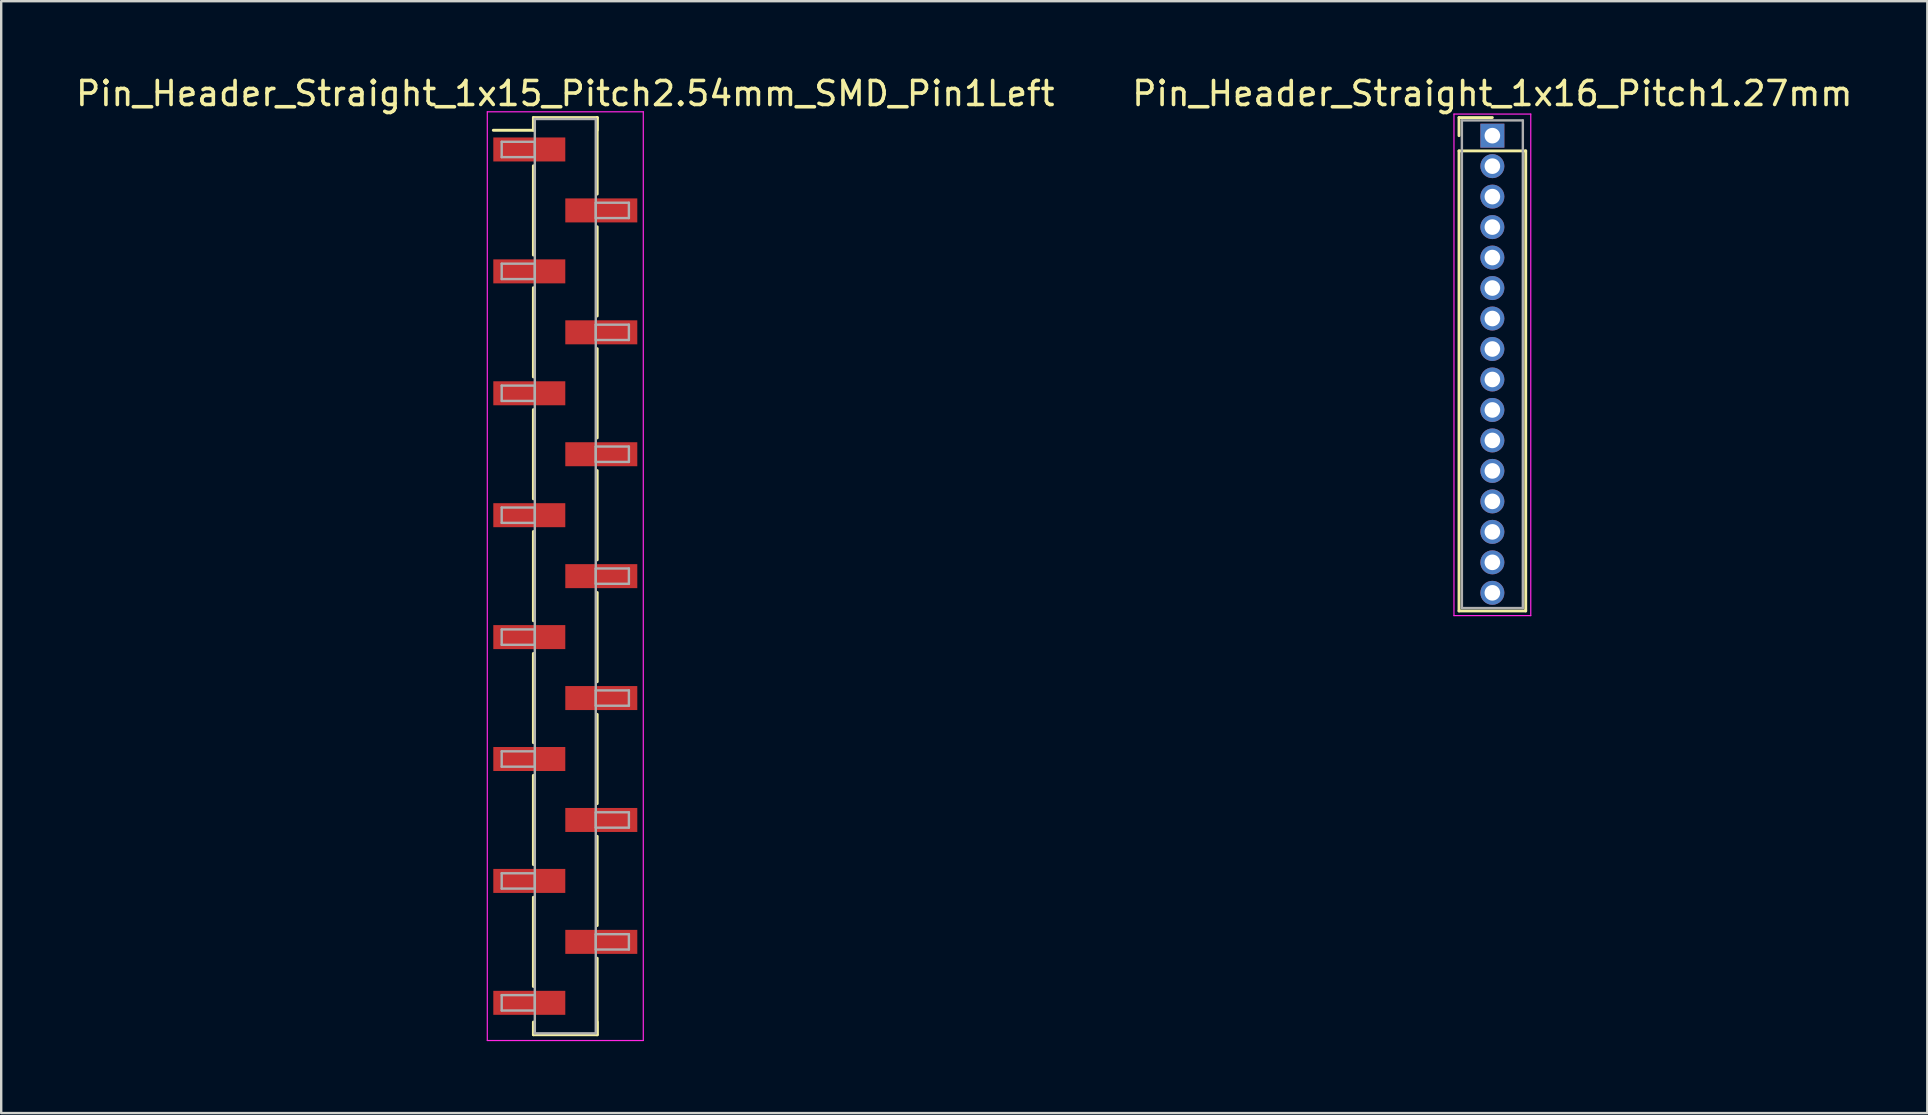
<source format=kicad_pcb>
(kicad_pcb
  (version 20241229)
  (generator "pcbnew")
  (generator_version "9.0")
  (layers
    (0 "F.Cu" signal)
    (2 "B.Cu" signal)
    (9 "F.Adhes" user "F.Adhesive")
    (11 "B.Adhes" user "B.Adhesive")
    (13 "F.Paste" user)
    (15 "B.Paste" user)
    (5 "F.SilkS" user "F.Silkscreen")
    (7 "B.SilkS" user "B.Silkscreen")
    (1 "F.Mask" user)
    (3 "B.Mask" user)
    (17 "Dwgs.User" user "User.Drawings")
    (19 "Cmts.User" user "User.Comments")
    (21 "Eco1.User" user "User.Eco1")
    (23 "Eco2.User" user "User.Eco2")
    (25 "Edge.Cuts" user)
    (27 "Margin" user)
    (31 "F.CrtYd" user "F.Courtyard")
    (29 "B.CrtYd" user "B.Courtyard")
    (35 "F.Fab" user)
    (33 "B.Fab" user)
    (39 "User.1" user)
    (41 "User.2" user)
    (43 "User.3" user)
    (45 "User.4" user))
  (footprint "Pin_Header_Straight_1x15_Pitch2.54mm_SMD_Pin1Left"
    (layer "F.Cu")
    (at 20.506 20.958)
    (property "Reference" "Pin_Header_Straight_1x15_Pitch2.54mm_SMD_Pin1Left" (at 0 -20.11 0) (layer "F.SilkS") (effects (font (size 1 1) (thickness 0.15))))
    (attr smd)
    (fp_line (start -1.33 -19.11) (end 1.33 -19.11) (stroke (width 0.12) (type solid)) (layer "F.SilkS"))
    (fp_line (start -1.33 -18.58) (end -3 -18.58) (stroke (width 0.12) (type solid)) (layer "F.SilkS"))
    (fp_line (start -1.33 -18.58) (end -1.33 -19.11) (stroke (width 0.12) (type solid)) (layer "F.SilkS"))
    (fp_line (start -1.33 -17.1) (end -1.33 -13.38) (stroke (width 0.12) (type solid)) (layer "F.SilkS"))
    (fp_line (start -1.33 -12.02) (end -1.33 -8.3) (stroke (width 0.12) (type solid)) (layer "F.SilkS"))
    (fp_line (start -1.33 -6.94) (end -1.33 -3.22) (stroke (width 0.12) (type solid)) (layer "F.SilkS"))
    (fp_line (start -1.33 -1.86) (end -1.33 1.86) (stroke (width 0.12) (type solid)) (layer "F.SilkS"))
    (fp_line (start -1.33 3.22) (end -1.33 6.94) (stroke (width 0.12) (type solid)) (layer "F.SilkS"))
    (fp_line (start -1.33 8.3) (end -1.33 12.02) (stroke (width 0.12) (type solid)) (layer "F.SilkS"))
    (fp_line (start -1.33 13.38) (end -1.33 17.1) (stroke (width 0.12) (type solid)) (layer "F.SilkS"))
    (fp_line (start -1.33 18.58) (end -1.33 19.11) (stroke (width 0.12) (type solid)) (layer "F.SilkS"))
    (fp_line (start -1.33 19.11) (end 1.33 19.11) (stroke (width 0.12) (type solid)) (layer "F.SilkS"))
    (fp_line (start 1.33 -19.11) (end 1.33 -18.58) (stroke (width 0.12) (type solid)) (layer "F.SilkS"))
    (fp_line (start 1.33 -19.11) (end 1.33 -15.92) (stroke (width 0.12) (type solid)) (layer "F.SilkS"))
    (fp_line (start 1.33 -14.56) (end 1.33 -10.84) (stroke (width 0.12) (type solid)) (layer "F.SilkS"))
    (fp_line (start 1.33 -9.48) (end 1.33 -5.76) (stroke (width 0.12) (type solid)) (layer "F.SilkS"))
    (fp_line (start 1.33 -4.4) (end 1.33 -0.68) (stroke (width 0.12) (type solid)) (layer "F.SilkS"))
    (fp_line (start 1.33 0.68) (end 1.33 4.4) (stroke (width 0.12) (type solid)) (layer "F.SilkS"))
    (fp_line (start 1.33 5.76) (end 1.33 9.48) (stroke (width 0.12) (type solid)) (layer "F.SilkS"))
    (fp_line (start 1.33 10.84) (end 1.33 14.56) (stroke (width 0.12) (type solid)) (layer "F.SilkS"))
    (fp_line (start 1.33 15.92) (end 1.33 19.11) (stroke (width 0.12) (type solid)) (layer "F.SilkS"))
    (fp_line (start 1.33 19.11) (end 1.33 18.58) (stroke (width 0.12) (type solid)) (layer "F.SilkS"))
    (fp_line (start -3.25 -19.35) (end -3.25 19.35) (stroke (width 0.05) (type solid)) (layer "F.CrtYd"))
    (fp_line (start -3.25 19.35) (end 3.25 19.35) (stroke (width 0.05) (type solid)) (layer "F.CrtYd"))
    (fp_line (start 3.25 -19.35) (end -3.25 -19.35) (stroke (width 0.05) (type solid)) (layer "F.CrtYd"))
    (fp_line (start 3.25 19.35) (end 3.25 -19.35) (stroke (width 0.05) (type solid)) (layer "F.CrtYd"))
    (fp_line (start -2.65 -18.1) (end -1.27 -18.1) (stroke (width 0.1) (type solid)) (layer "F.Fab"))
    (fp_line (start -2.65 -17.46) (end -2.65 -18.1) (stroke (width 0.1) (type solid)) (layer "F.Fab"))
    (fp_line (start -2.65 -13.02) (end -1.27 -13.02) (stroke (width 0.1) (type solid)) (layer "F.Fab"))
    (fp_line (start -2.65 -12.38) (end -2.65 -13.02) (stroke (width 0.1) (type solid)) (layer "F.Fab"))
    (fp_line (start -2.65 -7.94) (end -1.27 -7.94) (stroke (width 0.1) (type solid)) (layer "F.Fab"))
    (fp_line (start -2.65 -7.3) (end -2.65 -7.94) (stroke (width 0.1) (type solid)) (layer "F.Fab"))
    (fp_line (start -2.65 -2.86) (end -1.27 -2.86) (stroke (width 0.1) (type solid)) (layer "F.Fab"))
    (fp_line (start -2.65 -2.22) (end -2.65 -2.86) (stroke (width 0.1) (type solid)) (layer "F.Fab"))
    (fp_line (start -2.65 2.22) (end -1.27 2.22) (stroke (width 0.1) (type solid)) (layer "F.Fab"))
    (fp_line (start -2.65 2.86) (end -2.65 2.22) (stroke (width 0.1) (type solid)) (layer "F.Fab"))
    (fp_line (start -2.65 7.3) (end -1.27 7.3) (stroke (width 0.1) (type solid)) (layer "F.Fab"))
    (fp_line (start -2.65 7.94) (end -2.65 7.3) (stroke (width 0.1) (type solid)) (layer "F.Fab"))
    (fp_line (start -2.65 12.38) (end -1.27 12.38) (stroke (width 0.1) (type solid)) (layer "F.Fab"))
    (fp_line (start -2.65 13.02) (end -2.65 12.38) (stroke (width 0.1) (type solid)) (layer "F.Fab"))
    (fp_line (start -2.65 17.46) (end -1.27 17.46) (stroke (width 0.1) (type solid)) (layer "F.Fab"))
    (fp_line (start -2.65 18.1) (end -2.65 17.46) (stroke (width 0.1) (type solid)) (layer "F.Fab"))
    (fp_line (start -1.27 -19.05) (end -1.27 19.05) (stroke (width 0.1) (type solid)) (layer "F.Fab"))
    (fp_line (start -1.27 -18.1) (end -1.27 -17.46) (stroke (width 0.1) (type solid)) (layer "F.Fab"))
    (fp_line (start -1.27 -17.46) (end -2.65 -17.46) (stroke (width 0.1) (type solid)) (layer "F.Fab"))
    (fp_line (start -1.27 -13.02) (end -1.27 -12.38) (stroke (width 0.1) (type solid)) (layer "F.Fab"))
    (fp_line (start -1.27 -12.38) (end -2.65 -12.38) (stroke (width 0.1) (type solid)) (layer "F.Fab"))
    (fp_line (start -1.27 -7.94) (end -1.27 -7.3) (stroke (width 0.1) (type solid)) (layer "F.Fab"))
    (fp_line (start -1.27 -7.3) (end -2.65 -7.3) (stroke (width 0.1) (type solid)) (layer "F.Fab"))
    (fp_line (start -1.27 -2.86) (end -1.27 -2.22) (stroke (width 0.1) (type solid)) (layer "F.Fab"))
    (fp_line (start -1.27 -2.22) (end -2.65 -2.22) (stroke (width 0.1) (type solid)) (layer "F.Fab"))
    (fp_line (start -1.27 2.22) (end -1.27 2.86) (stroke (width 0.1) (type solid)) (layer "F.Fab"))
    (fp_line (start -1.27 2.86) (end -2.65 2.86) (stroke (width 0.1) (type solid)) (layer "F.Fab"))
    (fp_line (start -1.27 7.3) (end -1.27 7.94) (stroke (width 0.1) (type solid)) (layer "F.Fab"))
    (fp_line (start -1.27 7.94) (end -2.65 7.94) (stroke (width 0.1) (type solid)) (layer "F.Fab"))
    (fp_line (start -1.27 12.38) (end -1.27 13.02) (stroke (width 0.1) (type solid)) (layer "F.Fab"))
    (fp_line (start -1.27 13.02) (end -2.65 13.02) (stroke (width 0.1) (type solid)) (layer "F.Fab"))
    (fp_line (start -1.27 17.46) (end -1.27 18.1) (stroke (width 0.1) (type solid)) (layer "F.Fab"))
    (fp_line (start -1.27 18.1) (end -2.65 18.1) (stroke (width 0.1) (type solid)) (layer "F.Fab"))
    (fp_line (start -1.27 19.05) (end 1.27 19.05) (stroke (width 0.1) (type solid)) (layer "F.Fab"))
    (fp_line (start 1.27 -19.05) (end -1.27 -19.05) (stroke (width 0.1) (type solid)) (layer "F.Fab"))
    (fp_line (start 1.27 -15.56) (end 1.27 -14.92) (stroke (width 0.1) (type solid)) (layer "F.Fab"))
    (fp_line (start 1.27 -14.92) (end 2.65 -14.92) (stroke (width 0.1) (type solid)) (layer "F.Fab"))
    (fp_line (start 1.27 -10.48) (end 1.27 -9.84) (stroke (width 0.1) (type solid)) (layer "F.Fab"))
    (fp_line (start 1.27 -9.84) (end 2.65 -9.84) (stroke (width 0.1) (type solid)) (layer "F.Fab"))
    (fp_line (start 1.27 -5.4) (end 1.27 -4.76) (stroke (width 0.1) (type solid)) (layer "F.Fab"))
    (fp_line (start 1.27 -4.76) (end 2.65 -4.76) (stroke (width 0.1) (type solid)) (layer "F.Fab"))
    (fp_line (start 1.27 -0.32) (end 1.27 0.32) (stroke (width 0.1) (type solid)) (layer "F.Fab"))
    (fp_line (start 1.27 0.32) (end 2.65 0.32) (stroke (width 0.1) (type solid)) (layer "F.Fab"))
    (fp_line (start 1.27 4.76) (end 1.27 5.4) (stroke (width 0.1) (type solid)) (layer "F.Fab"))
    (fp_line (start 1.27 5.4) (end 2.65 5.4) (stroke (width 0.1) (type solid)) (layer "F.Fab"))
    (fp_line (start 1.27 9.84) (end 1.27 10.48) (stroke (width 0.1) (type solid)) (layer "F.Fab"))
    (fp_line (start 1.27 10.48) (end 2.65 10.48) (stroke (width 0.1) (type solid)) (layer "F.Fab"))
    (fp_line (start 1.27 14.92) (end 1.27 15.56) (stroke (width 0.1) (type solid)) (layer "F.Fab"))
    (fp_line (start 1.27 15.56) (end 2.65 15.56) (stroke (width 0.1) (type solid)) (layer "F.Fab"))
    (fp_line (start 1.27 19.05) (end 1.27 -19.05) (stroke (width 0.1) (type solid)) (layer "F.Fab"))
    (fp_line (start 2.65 -15.56) (end 1.27 -15.56) (stroke (width 0.1) (type solid)) (layer "F.Fab"))
    (fp_line (start 2.65 -14.92) (end 2.65 -15.56) (stroke (width 0.1) (type solid)) (layer "F.Fab"))
    (fp_line (start 2.65 -10.48) (end 1.27 -10.48) (stroke (width 0.1) (type solid)) (layer "F.Fab"))
    (fp_line (start 2.65 -9.84) (end 2.65 -10.48) (stroke (width 0.1) (type solid)) (layer "F.Fab"))
    (fp_line (start 2.65 -5.4) (end 1.27 -5.4) (stroke (width 0.1) (type solid)) (layer "F.Fab"))
    (fp_line (start 2.65 -4.76) (end 2.65 -5.4) (stroke (width 0.1) (type solid)) (layer "F.Fab"))
    (fp_line (start 2.65 -0.32) (end 1.27 -0.32) (stroke (width 0.1) (type solid)) (layer "F.Fab"))
    (fp_line (start 2.65 0.32) (end 2.65 -0.32) (stroke (width 0.1) (type solid)) (layer "F.Fab"))
    (fp_line (start 2.65 4.76) (end 1.27 4.76) (stroke (width 0.1) (type solid)) (layer "F.Fab"))
    (fp_line (start 2.65 5.4) (end 2.65 4.76) (stroke (width 0.1) (type solid)) (layer "F.Fab"))
    (fp_line (start 2.65 9.84) (end 1.27 9.84) (stroke (width 0.1) (type solid)) (layer "F.Fab"))
    (fp_line (start 2.65 10.48) (end 2.65 9.84) (stroke (width 0.1) (type solid)) (layer "F.Fab"))
    (fp_line (start 2.65 14.92) (end 1.27 14.92) (stroke (width 0.1) (type solid)) (layer "F.Fab"))
    (fp_line (start 2.65 15.56) (end 2.65 14.92) (stroke (width 0.1) (type solid)) (layer "F.Fab"))
    (pad "1" smd rect (at -1.5 -17.78) (size 3 1) (layers "F.Cu" "F.Mask"))
    (pad "2" smd rect (at 1.5 -15.24) (size 3 1) (layers "F.Cu" "F.Mask"))
    (pad "3" smd rect (at -1.5 -12.7) (size 3 1) (layers "F.Cu" "F.Mask"))
    (pad "4" smd rect (at 1.5 -10.16) (size 3 1) (layers "F.Cu" "F.Mask"))
    (pad "5" smd rect (at -1.5 -7.62) (size 3 1) (layers "F.Cu" "F.Mask"))
    (pad "6" smd rect (at 1.5 -5.08) (size 3 1) (layers "F.Cu" "F.Mask"))
    (pad "7" smd rect (at -1.5 -2.54) (size 3 1) (layers "F.Cu" "F.Mask"))
    (pad "8" smd rect (at 1.5 0) (size 3 1) (layers "F.Cu" "F.Mask"))
    (pad "9" smd rect (at -1.5 2.54) (size 3 1) (layers "F.Cu" "F.Mask"))
    (pad "10" smd rect (at 1.5 5.08) (size 3 1) (layers "F.Cu" "F.Mask"))
    (pad "11" smd rect (at -1.5 7.62) (size 3 1) (layers "F.Cu" "F.Mask"))
    (pad "12" smd rect (at 1.5 10.16) (size 3 1) (layers "F.Cu" "F.Mask"))
    (pad "13" smd rect (at -1.5 12.7) (size 3 1) (layers "F.Cu" "F.Mask"))
    (pad "14" smd rect (at 1.5 15.24) (size 3 1) (layers "F.Cu" "F.Mask"))
    (pad "15" smd rect (at -1.5 17.78) (size 3 1) (layers "F.Cu" "F.Mask")))
  (footprint "Pin_Header_Straight_1x16_Pitch1.27mm"
    (layer "F.Cu")
    (at 59.137 2.603)
    (property "Reference" "Pin_Header_Straight_1x16_Pitch1.27mm" (at 0 -1.755 0) (layer "F.SilkS") (effects (font (size 1 1) (thickness 0.15))))
    (attr through_hole)
    (fp_line (start -1.39 -0.755) (end 0 -0.755) (stroke (width 0.12) (type solid)) (layer "F.SilkS"))
    (fp_line (start -1.39 0) (end -1.39 -0.755) (stroke (width 0.12) (type solid)) (layer "F.SilkS"))
    (fp_line (start -1.39 0.635) (end -1.39 19.805) (stroke (width 0.12) (type solid)) (layer "F.SilkS"))
    (fp_line (start -1.39 19.805) (end 1.39 19.805) (stroke (width 0.12) (type solid)) (layer "F.SilkS"))
    (fp_line (start 1.39 0.635) (end -1.39 0.635) (stroke (width 0.12) (type solid)) (layer "F.SilkS"))
    (fp_line (start 1.39 19.805) (end 1.39 0.635) (stroke (width 0.12) (type solid)) (layer "F.SilkS"))
    (fp_line (start -1.6 -0.9) (end -1.6 20) (stroke (width 0.05) (type solid)) (layer "F.CrtYd"))
    (fp_line (start -1.6 20) (end 1.6 20) (stroke (width 0.05) (type solid)) (layer "F.CrtYd"))
    (fp_line (start 1.6 -0.9) (end -1.6 -0.9) (stroke (width 0.05) (type solid)) (layer "F.CrtYd"))
    (fp_line (start 1.6 20) (end 1.6 -0.9) (stroke (width 0.05) (type solid)) (layer "F.CrtYd"))
    (fp_line (start -1.27 -0.635) (end -1.27 19.685) (stroke (width 0.1) (type solid)) (layer "F.Fab"))
    (fp_line (start -1.27 19.685) (end 1.27 19.685) (stroke (width 0.1) (type solid)) (layer "F.Fab"))
    (fp_line (start 1.27 -0.635) (end -1.27 -0.635) (stroke (width 0.1) (type solid)) (layer "F.Fab"))
    (fp_line (start 1.27 19.685) (end 1.27 -0.635) (stroke (width 0.1) (type solid)) (layer "F.Fab"))
    (pad "1" thru_hole rect (at 0 0) (size 1 1) (drill 0.65) (layers "*.Cu" "*.Mask"))
    (pad "2" thru_hole oval (at 0 1.27) (size 1 1) (drill 0.65) (layers "*.Cu" "*.Mask"))
    (pad "3" thru_hole oval (at 0 2.54) (size 1 1) (drill 0.65) (layers "*.Cu" "*.Mask"))
    (pad "4" thru_hole oval (at 0 3.81) (size 1 1) (drill 0.65) (layers "*.Cu" "*.Mask"))
    (pad "5" thru_hole oval (at 0 5.08) (size 1 1) (drill 0.65) (layers "*.Cu" "*.Mask"))
    (pad "6" thru_hole oval (at 0 6.35) (size 1 1) (drill 0.65) (layers "*.Cu" "*.Mask"))
    (pad "7" thru_hole oval (at 0 7.62) (size 1 1) (drill 0.65) (layers "*.Cu" "*.Mask"))
    (pad "8" thru_hole oval (at 0 8.89) (size 1 1) (drill 0.65) (layers "*.Cu" "*.Mask"))
    (pad "9" thru_hole oval (at 0 10.16) (size 1 1) (drill 0.65) (layers "*.Cu" "*.Mask"))
    (pad "10" thru_hole oval (at 0 11.43) (size 1 1) (drill 0.65) (layers "*.Cu" "*.Mask"))
    (pad "11" thru_hole oval (at 0 12.7) (size 1 1) (drill 0.65) (layers "*.Cu" "*.Mask"))
    (pad "12" thru_hole oval (at 0 13.97) (size 1 1) (drill 0.65) (layers "*.Cu" "*.Mask"))
    (pad "13" thru_hole oval (at 0 15.24) (size 1 1) (drill 0.65) (layers "*.Cu" "*.Mask"))
    (pad "14" thru_hole oval (at 0 16.51) (size 1 1) (drill 0.65) (layers "*.Cu" "*.Mask"))
    (pad "15" thru_hole oval (at 0 17.78) (size 1 1) (drill 0.65) (layers "*.Cu" "*.Mask"))
    (pad "16" thru_hole oval (at 0 19.05) (size 1 1) (drill 0.65) (layers "*.Cu" "*.Mask")))
  (gr_rect
    (start -3 -3)
    (end 77.262 43.333)
    (stroke (width 0.1) (type default))
    (fill no)
    (layer "Edge.Cuts")))
</source>
